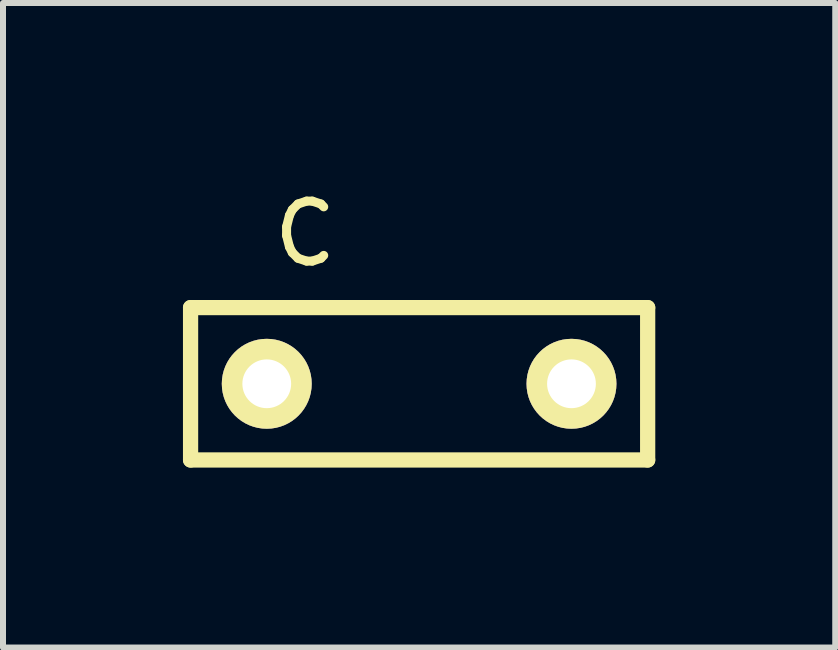
<source format=kicad_pcb>
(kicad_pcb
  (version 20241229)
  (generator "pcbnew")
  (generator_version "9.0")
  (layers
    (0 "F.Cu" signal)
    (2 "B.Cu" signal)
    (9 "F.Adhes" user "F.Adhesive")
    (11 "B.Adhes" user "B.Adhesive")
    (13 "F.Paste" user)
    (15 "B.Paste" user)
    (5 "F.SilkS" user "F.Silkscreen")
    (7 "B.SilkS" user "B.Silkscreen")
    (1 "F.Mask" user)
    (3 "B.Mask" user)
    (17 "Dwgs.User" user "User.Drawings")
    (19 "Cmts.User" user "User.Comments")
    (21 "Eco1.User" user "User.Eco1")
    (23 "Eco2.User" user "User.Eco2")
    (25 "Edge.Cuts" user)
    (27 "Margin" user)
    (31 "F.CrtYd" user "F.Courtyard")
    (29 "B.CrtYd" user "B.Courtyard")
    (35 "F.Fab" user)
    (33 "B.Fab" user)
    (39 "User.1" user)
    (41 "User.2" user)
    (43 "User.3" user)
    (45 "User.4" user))
  (footprint "C"
    (layer "F.Cu")
    (at 1.397 3.348)
    (property "Reference" "C" (at 0.64 -2.5 0) (layer "F.SilkS") (effects (font (size 1 1) (thickness 0.15))))
    (attr through_hole)
    (fp_line (start -1.27 -1.27) (end -1.27 1.27) (stroke (width 0.254) (type solid)) (layer "F.SilkS"))
    (fp_line (start -1.27 -1.27) (end 6.35 -1.27) (stroke (width 0.254) (type solid)) (layer "F.SilkS"))
    (fp_line (start 6.35 -1.27) (end 6.35 1.27) (stroke (width 0.254) (type solid)) (layer "F.SilkS"))
    (fp_line (start 6.35 1.27) (end -1.27 1.27) (stroke (width 0.254) (type solid)) (layer "F.SilkS"))
    (pad "1" thru_hole circle (at 0 0) (size 1.499 1.499) (drill 0.813) (layers "*.Cu" "*.Mask" "F.SilkS"))
    (pad "2" thru_hole circle (at 5.08 0) (size 1.499 1.499) (drill 0.813) (layers "*.Cu" "*.Mask" "F.SilkS")))
  (gr_rect
    (start -3 -3)
    (end 10.874 7.745)
    (stroke (width 0.1) (type default))
    (fill no)
    (layer "Edge.Cuts")))
</source>
